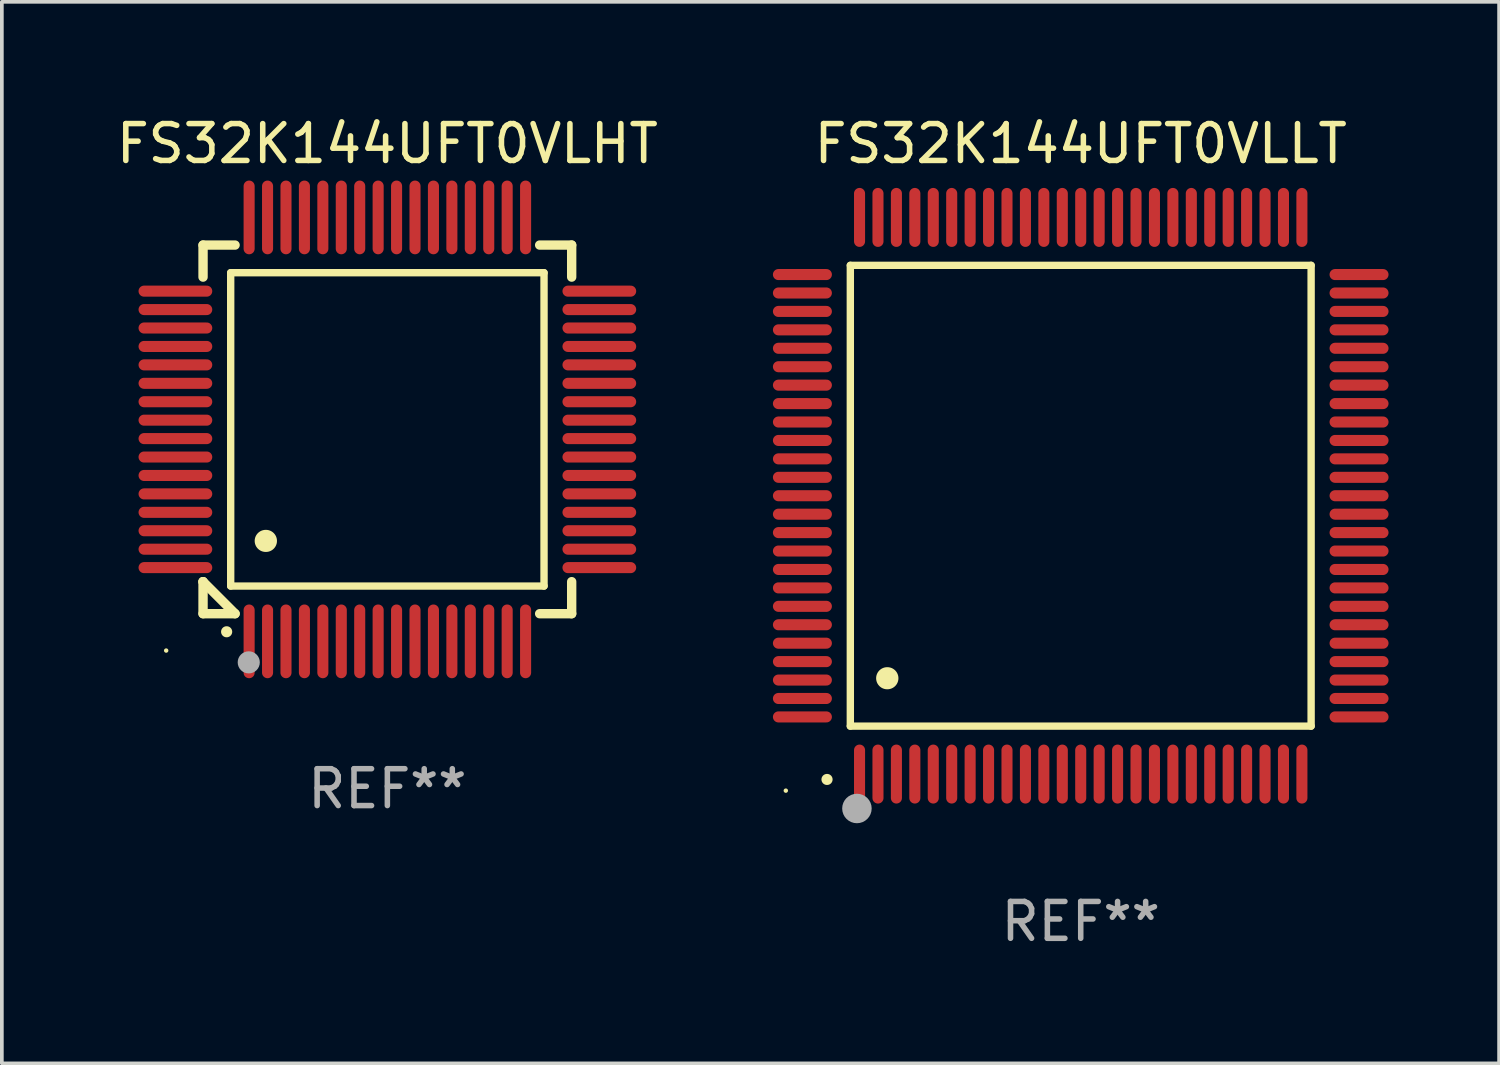
<source format=kicad_pcb>
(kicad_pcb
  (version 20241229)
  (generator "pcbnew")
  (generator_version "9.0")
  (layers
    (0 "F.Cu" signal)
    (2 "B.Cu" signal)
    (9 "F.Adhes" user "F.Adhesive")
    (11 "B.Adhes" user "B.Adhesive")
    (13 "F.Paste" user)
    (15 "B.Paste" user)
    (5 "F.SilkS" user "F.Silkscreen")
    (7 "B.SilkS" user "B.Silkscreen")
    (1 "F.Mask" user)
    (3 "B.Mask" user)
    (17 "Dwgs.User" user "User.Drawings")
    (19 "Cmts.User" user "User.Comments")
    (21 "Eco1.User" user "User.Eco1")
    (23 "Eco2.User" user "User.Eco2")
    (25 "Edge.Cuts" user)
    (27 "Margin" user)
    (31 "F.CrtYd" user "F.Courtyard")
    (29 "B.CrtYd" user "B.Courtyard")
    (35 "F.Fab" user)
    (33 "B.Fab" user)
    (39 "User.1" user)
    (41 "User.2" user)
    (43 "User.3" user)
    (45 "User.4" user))
  (footprint "FS32K144UFT0VLHT"
    (layer "F.Cu")
    (at 7.458 8.598)
    (property "Reference" "FS32K144UFT0VLHT" (at 0 -7.75 0) (layer "F.SilkS") (effects (font (size 1 1) (thickness 0.15))))
    (attr through_hole)
    (fp_line (start -5 -5) (end -4.131 -5) (stroke (width 0.254) (type solid)) (layer "F.SilkS"))
    (fp_line (start -5 -4.131) (end -5 -5) (stroke (width 0.254) (type solid)) (layer "F.SilkS"))
    (fp_line (start -5 4.131) (end -5 4.131) (stroke (width 0.254) (type solid)) (layer "F.SilkS"))
    (fp_line (start -5 5) (end -5 4.131) (stroke (width 0.254) (type solid)) (layer "F.SilkS"))
    (fp_line (start -5 4.131) (end -4.131 5) (stroke (width 0.254) (type solid)) (layer "F.SilkS"))
    (fp_line (start -4.25 -4.25) (end -4.25 4.25) (stroke (width 0.2) (type solid)) (layer "F.SilkS"))
    (fp_line (start -4.25 4.25) (end 4.25 4.25) (stroke (width 0.2) (type solid)) (layer "F.SilkS"))
    (fp_line (start -4.131 5) (end -5 5) (stroke (width 0.254) (type solid)) (layer "F.SilkS"))
    (fp_line (start 4.25 -4.25) (end -4.25 -4.25) (stroke (width 0.2) (type solid)) (layer "F.SilkS"))
    (fp_line (start 4.25 4.25) (end 4.25 -4.25) (stroke (width 0.2) (type solid)) (layer "F.SilkS"))
    (fp_line (start 5 -5) (end 4.131 -5) (stroke (width 0.254) (type solid)) (layer "F.SilkS"))
    (fp_line (start 5 -5) (end 5 -4.131) (stroke (width 0.254) (type solid)) (layer "F.SilkS"))
    (fp_line (start 5 4.131) (end 5 5) (stroke (width 0.254) (type solid)) (layer "F.SilkS"))
    (fp_line (start 5 5) (end 4.131 5) (stroke (width 0.254) (type solid)) (layer "F.SilkS"))
    (fp_arc (start -4.361265 5.489992) (mid -4.359995 5.489987) (end -4.358725 5.489992) (stroke (width 0.3) (type solid)) (layer "F.SilkS"))
    (fp_arc (start -3.299467 3.025146) (mid -3.296927 3.025135) (end -3.294387 3.025146) (stroke (width 0.6) (type solid)) (layer "F.SilkS"))
    (fp_circle (center -6 6) (end -5.97 6) (stroke (width 0.06) (type solid)) (fill no) (layer "F.SilkS"))
    (fp_circle (center -3.76 6.32) (end -3.61 6.32) (stroke (width 0.3) (type solid)) (fill no) (layer "F.Fab"))
    (fp_text user "REF**" (at 0 9.75 0) (layer "F.Fab") (effects (font (size 1 1) (thickness 0.15))))
    (pad "1" smd oval (at -3.75 5.75) (size 0.3 2) (layers "F.Cu" "F.Mask" "F.Paste"))
    (pad "2" smd oval (at -3.25 5.75) (size 0.3 2) (layers "F.Cu" "F.Mask" "F.Paste"))
    (pad "3" smd oval (at -2.75 5.75) (size 0.3 2) (layers "F.Cu" "F.Mask" "F.Paste"))
    (pad "4" smd oval (at -2.25 5.75) (size 0.3 2) (layers "F.Cu" "F.Mask" "F.Paste"))
    (pad "5" smd oval (at -1.75 5.75) (size 0.3 2) (layers "F.Cu" "F.Mask" "F.Paste"))
    (pad "6" smd oval (at -1.25 5.75) (size 0.3 2) (layers "F.Cu" "F.Mask" "F.Paste"))
    (pad "7" smd oval (at -0.75 5.75) (size 0.3 2) (layers "F.Cu" "F.Mask" "F.Paste"))
    (pad "8" smd oval (at -0.25 5.75) (size 0.3 2) (layers "F.Cu" "F.Mask" "F.Paste"))
    (pad "9" smd oval (at 0.25 5.75) (size 0.3 2) (layers "F.Cu" "F.Mask" "F.Paste"))
    (pad "10" smd oval (at 0.75 5.75) (size 0.3 2) (layers "F.Cu" "F.Mask" "F.Paste"))
    (pad "11" smd oval (at 1.25 5.75) (size 0.3 2) (layers "F.Cu" "F.Mask" "F.Paste"))
    (pad "12" smd oval (at 1.75 5.75) (size 0.3 2) (layers "F.Cu" "F.Mask" "F.Paste"))
    (pad "13" smd oval (at 2.25 5.75) (size 0.3 2) (layers "F.Cu" "F.Mask" "F.Paste"))
    (pad "14" smd oval (at 2.75 5.75) (size 0.3 2) (layers "F.Cu" "F.Mask" "F.Paste"))
    (pad "15" smd oval (at 3.25 5.75) (size 0.3 2) (layers "F.Cu" "F.Mask" "F.Paste"))
    (pad "16" smd oval (at 3.75 5.75) (size 0.3 2) (layers "F.Cu" "F.Mask" "F.Paste"))
    (pad "17" smd oval (at 5.75 3.75) (size 2 0.3) (layers "F.Cu" "F.Mask" "F.Paste"))
    (pad "18" smd oval (at 5.75 3.25) (size 2 0.3) (layers "F.Cu" "F.Mask" "F.Paste"))
    (pad "19" smd oval (at 5.75 2.75) (size 2 0.3) (layers "F.Cu" "F.Mask" "F.Paste"))
    (pad "20" smd oval (at 5.75 2.25) (size 2 0.3) (layers "F.Cu" "F.Mask" "F.Paste"))
    (pad "21" smd oval (at 5.75 1.75) (size 2 0.3) (layers "F.Cu" "F.Mask" "F.Paste"))
    (pad "22" smd oval (at 5.75 1.25) (size 2 0.3) (layers "F.Cu" "F.Mask" "F.Paste"))
    (pad "23" smd oval (at 5.75 0.75) (size 2 0.3) (layers "F.Cu" "F.Mask" "F.Paste"))
    (pad "24" smd oval (at 5.75 0.25) (size 2 0.3) (layers "F.Cu" "F.Mask" "F.Paste"))
    (pad "25" smd oval (at 5.75 -0.25) (size 2 0.3) (layers "F.Cu" "F.Mask" "F.Paste"))
    (pad "26" smd oval (at 5.75 -0.75) (size 2 0.3) (layers "F.Cu" "F.Mask" "F.Paste"))
    (pad "27" smd oval (at 5.75 -1.25) (size 2 0.3) (layers "F.Cu" "F.Mask" "F.Paste"))
    (pad "28" smd oval (at 5.75 -1.75) (size 2 0.3) (layers "F.Cu" "F.Mask" "F.Paste"))
    (pad "29" smd oval (at 5.75 -2.25) (size 2 0.3) (layers "F.Cu" "F.Mask" "F.Paste"))
    (pad "30" smd oval (at 5.75 -2.75) (size 2 0.3) (layers "F.Cu" "F.Mask" "F.Paste"))
    (pad "31" smd oval (at 5.75 -3.25) (size 2 0.3) (layers "F.Cu" "F.Mask" "F.Paste"))
    (pad "32" smd oval (at 5.75 -3.75) (size 2 0.3) (layers "F.Cu" "F.Mask" "F.Paste"))
    (pad "33" smd oval (at 3.75 -5.75) (size 0.3 2) (layers "F.Cu" "F.Mask" "F.Paste"))
    (pad "34" smd oval (at 3.25 -5.75) (size 0.3 2) (layers "F.Cu" "F.Mask" "F.Paste"))
    (pad "35" smd oval (at 2.75 -5.75) (size 0.3 2) (layers "F.Cu" "F.Mask" "F.Paste"))
    (pad "36" smd oval (at 2.25 -5.75) (size 0.3 2) (layers "F.Cu" "F.Mask" "F.Paste"))
    (pad "37" smd oval (at 1.75 -5.75) (size 0.3 2) (layers "F.Cu" "F.Mask" "F.Paste"))
    (pad "38" smd oval (at 1.25 -5.75) (size 0.3 2) (layers "F.Cu" "F.Mask" "F.Paste"))
    (pad "39" smd oval (at 0.75 -5.75) (size 0.3 2) (layers "F.Cu" "F.Mask" "F.Paste"))
    (pad "40" smd oval (at 0.25 -5.75) (size 0.3 2) (layers "F.Cu" "F.Mask" "F.Paste"))
    (pad "41" smd oval (at -0.25 -5.75) (size 0.3 2) (layers "F.Cu" "F.Mask" "F.Paste"))
    (pad "42" smd oval (at -0.75 -5.75) (size 0.3 2) (layers "F.Cu" "F.Mask" "F.Paste"))
    (pad "43" smd oval (at -1.25 -5.75) (size 0.3 2) (layers "F.Cu" "F.Mask" "F.Paste"))
    (pad "44" smd oval (at -1.75 -5.75) (size 0.3 2) (layers "F.Cu" "F.Mask" "F.Paste"))
    (pad "45" smd oval (at -2.25 -5.75) (size 0.3 2) (layers "F.Cu" "F.Mask" "F.Paste"))
    (pad "46" smd oval (at -2.75 -5.75) (size 0.3 2) (layers "F.Cu" "F.Mask" "F.Paste"))
    (pad "47" smd oval (at -3.25 -5.75) (size 0.3 2) (layers "F.Cu" "F.Mask" "F.Paste"))
    (pad "48" smd oval (at -3.75 -5.75) (size 0.3 2) (layers "F.Cu" "F.Mask" "F.Paste"))
    (pad "49" smd oval (at -5.75 -3.75) (size 2 0.3) (layers "F.Cu" "F.Mask" "F.Paste"))
    (pad "50" smd oval (at -5.75 -3.25) (size 2 0.3) (layers "F.Cu" "F.Mask" "F.Paste"))
    (pad "51" smd oval (at -5.75 -2.75) (size 2 0.3) (layers "F.Cu" "F.Mask" "F.Paste"))
    (pad "52" smd oval (at -5.75 -2.25) (size 2 0.3) (layers "F.Cu" "F.Mask" "F.Paste"))
    (pad "53" smd oval (at -5.75 -1.75) (size 2 0.3) (layers "F.Cu" "F.Mask" "F.Paste"))
    (pad "54" smd oval (at -5.75 -1.25) (size 2 0.3) (layers "F.Cu" "F.Mask" "F.Paste"))
    (pad "55" smd oval (at -5.75 -0.75) (size 2 0.3) (layers "F.Cu" "F.Mask" "F.Paste"))
    (pad "56" smd oval (at -5.75 -0.25) (size 2 0.3) (layers "F.Cu" "F.Mask" "F.Paste"))
    (pad "57" smd oval (at -5.75 0.25) (size 2 0.3) (layers "F.Cu" "F.Mask" "F.Paste"))
    (pad "58" smd oval (at -5.75 0.75) (size 2 0.3) (layers "F.Cu" "F.Mask" "F.Paste"))
    (pad "59" smd oval (at -5.75 1.25) (size 2 0.3) (layers "F.Cu" "F.Mask" "F.Paste"))
    (pad "60" smd oval (at -5.75 1.75) (size 2 0.3) (layers "F.Cu" "F.Mask" "F.Paste"))
    (pad "61" smd oval (at -5.75 2.25) (size 2 0.3) (layers "F.Cu" "F.Mask" "F.Paste"))
    (pad "62" smd oval (at -5.75 2.75) (size 2 0.3) (layers "F.Cu" "F.Mask" "F.Paste"))
    (pad "63" smd oval (at -5.75 3.25) (size 2 0.3) (layers "F.Cu" "F.Mask" "F.Paste"))
    (pad "64" smd oval (at -5.75 3.75) (size 2 0.3) (layers "F.Cu" "F.Mask" "F.Paste")))
  (footprint "FS32K144UFT0VLLT"
    (layer "F.Cu")
    (at 26.267 10.398)
    (property "Reference" "FS32K144UFT0VLLT" (at 0 -9.55 0) (layer "F.SilkS") (effects (font (size 1 1) (thickness 0.15))))
    (attr through_hole)
    (fp_line (start -6.25 -6.25) (end -6.25 6.25) (stroke (width 0.2) (type solid)) (layer "F.SilkS"))
    (fp_line (start -6.25 6.25) (end 6.25 6.25) (stroke (width 0.2) (type solid)) (layer "F.SilkS"))
    (fp_line (start 6.25 -6.25) (end -6.25 -6.25) (stroke (width 0.2) (type solid)) (layer "F.SilkS"))
    (fp_line (start 6.25 6.25) (end 6.25 -6.25) (stroke (width 0.2) (type solid)) (layer "F.SilkS"))
    (fp_arc (start -6.883414 7.696215) (mid -6.882144 7.69621) (end -6.880874 7.696215) (stroke (width 0.3) (type solid)) (layer "F.SilkS"))
    (fp_arc (start -5.250191 4.95047) (mid -5.247651 4.950459) (end -5.245111 4.95047) (stroke (width 0.6) (type solid)) (layer "F.SilkS"))
    (fp_circle (center -8 8) (end -7.97 8) (stroke (width 0.06) (type solid)) (fill no) (layer "F.SilkS"))
    (fp_circle (center -6.071 8.484) (end -5.871 8.484) (stroke (width 0.4) (type solid)) (fill no) (layer "F.Fab"))
    (fp_text user "REF**" (at 0 11.55 0) (layer "F.Fab") (effects (font (size 1 1) (thickness 0.15))))
    (pad "1" smd oval (at -6 7.55) (size 0.3 1.6) (layers "F.Cu" "F.Mask" "F.Paste"))
    (pad "2" smd oval (at -5.5 7.55) (size 0.3 1.6) (layers "F.Cu" "F.Mask" "F.Paste"))
    (pad "3" smd oval (at -5 7.55) (size 0.3 1.6) (layers "F.Cu" "F.Mask" "F.Paste"))
    (pad "4" smd oval (at -4.5 7.55) (size 0.3 1.6) (layers "F.Cu" "F.Mask" "F.Paste"))
    (pad "5" smd oval (at -4 7.55) (size 0.3 1.6) (layers "F.Cu" "F.Mask" "F.Paste"))
    (pad "6" smd oval (at -3.5 7.55) (size 0.3 1.6) (layers "F.Cu" "F.Mask" "F.Paste"))
    (pad "7" smd oval (at -3 7.55) (size 0.3 1.6) (layers "F.Cu" "F.Mask" "F.Paste"))
    (pad "8" smd oval (at -2.5 7.55) (size 0.3 1.6) (layers "F.Cu" "F.Mask" "F.Paste"))
    (pad "9" smd oval (at -2 7.55) (size 0.3 1.6) (layers "F.Cu" "F.Mask" "F.Paste"))
    (pad "10" smd oval (at -1.5 7.55) (size 0.3 1.6) (layers "F.Cu" "F.Mask" "F.Paste"))
    (pad "11" smd oval (at -1 7.55) (size 0.3 1.6) (layers "F.Cu" "F.Mask" "F.Paste"))
    (pad "12" smd oval (at -0.5 7.55) (size 0.3 1.6) (layers "F.Cu" "F.Mask" "F.Paste"))
    (pad "13" smd oval (at 0 7.55) (size 0.3 1.6) (layers "F.Cu" "F.Mask" "F.Paste"))
    (pad "14" smd oval (at 0.5 7.55) (size 0.3 1.6) (layers "F.Cu" "F.Mask" "F.Paste"))
    (pad "15" smd oval (at 1 7.55) (size 0.3 1.6) (layers "F.Cu" "F.Mask" "F.Paste"))
    (pad "16" smd oval (at 1.5 7.55) (size 0.3 1.6) (layers "F.Cu" "F.Mask" "F.Paste"))
    (pad "17" smd oval (at 2 7.55) (size 0.3 1.6) (layers "F.Cu" "F.Mask" "F.Paste"))
    (pad "18" smd oval (at 2.5 7.55) (size 0.3 1.6) (layers "F.Cu" "F.Mask" "F.Paste"))
    (pad "19" smd oval (at 3 7.55) (size 0.3 1.6) (layers "F.Cu" "F.Mask" "F.Paste"))
    (pad "20" smd oval (at 3.5 7.55) (size 0.3 1.6) (layers "F.Cu" "F.Mask" "F.Paste"))
    (pad "21" smd oval (at 4 7.55) (size 0.3 1.6) (layers "F.Cu" "F.Mask" "F.Paste"))
    (pad "22" smd oval (at 4.5 7.55) (size 0.3 1.6) (layers "F.Cu" "F.Mask" "F.Paste"))
    (pad "23" smd oval (at 5 7.55) (size 0.3 1.6) (layers "F.Cu" "F.Mask" "F.Paste"))
    (pad "24" smd oval (at 5.5 7.55) (size 0.3 1.6) (layers "F.Cu" "F.Mask" "F.Paste"))
    (pad "25" smd oval (at 6 7.55) (size 0.3 1.6) (layers "F.Cu" "F.Mask" "F.Paste"))
    (pad "26" smd oval (at 7.55 6) (size 1.6 0.3) (layers "F.Cu" "F.Mask" "F.Paste"))
    (pad "27" smd oval (at 7.55 5.5) (size 1.6 0.3) (layers "F.Cu" "F.Mask" "F.Paste"))
    (pad "28" smd oval (at 7.55 5) (size 1.6 0.3) (layers "F.Cu" "F.Mask" "F.Paste"))
    (pad "29" smd oval (at 7.55 4.5) (size 1.6 0.3) (layers "F.Cu" "F.Mask" "F.Paste"))
    (pad "30" smd oval (at 7.55 4) (size 1.6 0.3) (layers "F.Cu" "F.Mask" "F.Paste"))
    (pad "31" smd oval (at 7.55 3.5) (size 1.6 0.3) (layers "F.Cu" "F.Mask" "F.Paste"))
    (pad "32" smd oval (at 7.55 3) (size 1.6 0.3) (layers "F.Cu" "F.Mask" "F.Paste"))
    (pad "33" smd oval (at 7.55 2.5) (size 1.6 0.3) (layers "F.Cu" "F.Mask" "F.Paste"))
    (pad "34" smd oval (at 7.55 2) (size 1.6 0.3) (layers "F.Cu" "F.Mask" "F.Paste"))
    (pad "35" smd oval (at 7.55 1.5) (size 1.6 0.3) (layers "F.Cu" "F.Mask" "F.Paste"))
    (pad "36" smd oval (at 7.55 1) (size 1.6 0.3) (layers "F.Cu" "F.Mask" "F.Paste"))
    (pad "37" smd oval (at 7.55 0.5) (size 1.6 0.3) (layers "F.Cu" "F.Mask" "F.Paste"))
    (pad "38" smd oval (at 7.55 0) (size 1.6 0.3) (layers "F.Cu" "F.Mask" "F.Paste"))
    (pad "39" smd oval (at 7.55 -0.5) (size 1.6 0.3) (layers "F.Cu" "F.Mask" "F.Paste"))
    (pad "40" smd oval (at 7.55 -1) (size 1.6 0.3) (layers "F.Cu" "F.Mask" "F.Paste"))
    (pad "41" smd oval (at 7.55 -1.5) (size 1.6 0.3) (layers "F.Cu" "F.Mask" "F.Paste"))
    (pad "42" smd oval (at 7.55 -2) (size 1.6 0.3) (layers "F.Cu" "F.Mask" "F.Paste"))
    (pad "43" smd oval (at 7.55 -2.5) (size 1.6 0.3) (layers "F.Cu" "F.Mask" "F.Paste"))
    (pad "44" smd oval (at 7.55 -3) (size 1.6 0.3) (layers "F.Cu" "F.Mask" "F.Paste"))
    (pad "45" smd oval (at 7.55 -3.5) (size 1.6 0.3) (layers "F.Cu" "F.Mask" "F.Paste"))
    (pad "46" smd oval (at 7.55 -4) (size 1.6 0.3) (layers "F.Cu" "F.Mask" "F.Paste"))
    (pad "47" smd oval (at 7.55 -4.5) (size 1.6 0.3) (layers "F.Cu" "F.Mask" "F.Paste"))
    (pad "48" smd oval (at 7.55 -5) (size 1.6 0.3) (layers "F.Cu" "F.Mask" "F.Paste"))
    (pad "49" smd oval (at 7.55 -5.5) (size 1.6 0.3) (layers "F.Cu" "F.Mask" "F.Paste"))
    (pad "50" smd oval (at 7.55 -6) (size 1.6 0.3) (layers "F.Cu" "F.Mask" "F.Paste"))
    (pad "51" smd oval (at 6 -7.55) (size 0.3 1.6) (layers "F.Cu" "F.Mask" "F.Paste"))
    (pad "52" smd oval (at 5.5 -7.55) (size 0.3 1.6) (layers "F.Cu" "F.Mask" "F.Paste"))
    (pad "53" smd oval (at 5 -7.55) (size 0.3 1.6) (layers "F.Cu" "F.Mask" "F.Paste"))
    (pad "54" smd oval (at 4.5 -7.55) (size 0.3 1.6) (layers "F.Cu" "F.Mask" "F.Paste"))
    (pad "55" smd oval (at 4 -7.55) (size 0.3 1.6) (layers "F.Cu" "F.Mask" "F.Paste"))
    (pad "56" smd oval (at 3.5 -7.55) (size 0.3 1.6) (layers "F.Cu" "F.Mask" "F.Paste"))
    (pad "57" smd oval (at 3 -7.55) (size 0.3 1.6) (layers "F.Cu" "F.Mask" "F.Paste"))
    (pad "58" smd oval (at 2.5 -7.55) (size 0.3 1.6) (layers "F.Cu" "F.Mask" "F.Paste"))
    (pad "59" smd oval (at 2 -7.55) (size 0.3 1.6) (layers "F.Cu" "F.Mask" "F.Paste"))
    (pad "60" smd oval (at 1.5 -7.55) (size 0.3 1.6) (layers "F.Cu" "F.Mask" "F.Paste"))
    (pad "61" smd oval (at 1 -7.55) (size 0.3 1.6) (layers "F.Cu" "F.Mask" "F.Paste"))
    (pad "62" smd oval (at 0.5 -7.55) (size 0.3 1.6) (layers "F.Cu" "F.Mask" "F.Paste"))
    (pad "63" smd oval (at 0 -7.55) (size 0.3 1.6) (layers "F.Cu" "F.Mask" "F.Paste"))
    (pad "64" smd oval (at -0.5 -7.55) (size 0.3 1.6) (layers "F.Cu" "F.Mask" "F.Paste"))
    (pad "65" smd oval (at -1 -7.55) (size 0.3 1.6) (layers "F.Cu" "F.Mask" "F.Paste"))
    (pad "66" smd oval (at -1.5 -7.55) (size 0.3 1.6) (layers "F.Cu" "F.Mask" "F.Paste"))
    (pad "67" smd oval (at -2 -7.55) (size 0.3 1.6) (layers "F.Cu" "F.Mask" "F.Paste"))
    (pad "68" smd oval (at -2.5 -7.55) (size 0.3 1.6) (layers "F.Cu" "F.Mask" "F.Paste"))
    (pad "69" smd oval (at -3 -7.55) (size 0.3 1.6) (layers "F.Cu" "F.Mask" "F.Paste"))
    (pad "70" smd oval (at -3.5 -7.55) (size 0.3 1.6) (layers "F.Cu" "F.Mask" "F.Paste"))
    (pad "71" smd oval (at -4 -7.55) (size 0.3 1.6) (layers "F.Cu" "F.Mask" "F.Paste"))
    (pad "72" smd oval (at -4.5 -7.55) (size 0.3 1.6) (layers "F.Cu" "F.Mask" "F.Paste"))
    (pad "73" smd oval (at -5 -7.55) (size 0.3 1.6) (layers "F.Cu" "F.Mask" "F.Paste"))
    (pad "74" smd oval (at -5.5 -7.55) (size 0.3 1.6) (layers "F.Cu" "F.Mask" "F.Paste"))
    (pad "75" smd oval (at -6 -7.55) (size 0.3 1.6) (layers "F.Cu" "F.Mask" "F.Paste"))
    (pad "76" smd oval (at -7.55 -6) (size 1.6 0.3) (layers "F.Cu" "F.Mask" "F.Paste"))
    (pad "77" smd oval (at -7.55 -5.5) (size 1.6 0.3) (layers "F.Cu" "F.Mask" "F.Paste"))
    (pad "78" smd oval (at -7.55 -5) (size 1.6 0.3) (layers "F.Cu" "F.Mask" "F.Paste"))
    (pad "79" smd oval (at -7.55 -4.5) (size 1.6 0.3) (layers "F.Cu" "F.Mask" "F.Paste"))
    (pad "80" smd oval (at -7.55 -4) (size 1.6 0.3) (layers "F.Cu" "F.Mask" "F.Paste"))
    (pad "81" smd oval (at -7.55 -3.5) (size 1.6 0.3) (layers "F.Cu" "F.Mask" "F.Paste"))
    (pad "82" smd oval (at -7.55 -3) (size 1.6 0.3) (layers "F.Cu" "F.Mask" "F.Paste"))
    (pad "83" smd oval (at -7.55 -2.5) (size 1.6 0.3) (layers "F.Cu" "F.Mask" "F.Paste"))
    (pad "84" smd oval (at -7.55 -2) (size 1.6 0.3) (layers "F.Cu" "F.Mask" "F.Paste"))
    (pad "85" smd oval (at -7.55 -1.5) (size 1.6 0.3) (layers "F.Cu" "F.Mask" "F.Paste"))
    (pad "86" smd oval (at -7.55 -1) (size 1.6 0.3) (layers "F.Cu" "F.Mask" "F.Paste"))
    (pad "87" smd oval (at -7.55 -0.5) (size 1.6 0.3) (layers "F.Cu" "F.Mask" "F.Paste"))
    (pad "88" smd oval (at -7.55 0) (size 1.6 0.3) (layers "F.Cu" "F.Mask" "F.Paste"))
    (pad "89" smd oval (at -7.55 0.5) (size 1.6 0.3) (layers "F.Cu" "F.Mask" "F.Paste"))
    (pad "90" smd oval (at -7.55 1) (size 1.6 0.3) (layers "F.Cu" "F.Mask" "F.Paste"))
    (pad "91" smd oval (at -7.55 1.5) (size 1.6 0.3) (layers "F.Cu" "F.Mask" "F.Paste"))
    (pad "92" smd oval (at -7.55 2) (size 1.6 0.3) (layers "F.Cu" "F.Mask" "F.Paste"))
    (pad "93" smd oval (at -7.55 2.5) (size 1.6 0.3) (layers "F.Cu" "F.Mask" "F.Paste"))
    (pad "94" smd oval (at -7.55 3) (size 1.6 0.3) (layers "F.Cu" "F.Mask" "F.Paste"))
    (pad "95" smd oval (at -7.55 3.5) (size 1.6 0.3) (layers "F.Cu" "F.Mask" "F.Paste"))
    (pad "96" smd oval (at -7.55 4) (size 1.6 0.3) (layers "F.Cu" "F.Mask" "F.Paste"))
    (pad "97" smd oval (at -7.55 4.5) (size 1.6 0.3) (layers "F.Cu" "F.Mask" "F.Paste"))
    (pad "98" smd oval (at -7.55 5) (size 1.6 0.3) (layers "F.Cu" "F.Mask" "F.Paste"))
    (pad "99" smd oval (at -7.55 5.5) (size 1.6 0.3) (layers "F.Cu" "F.Mask" "F.Paste"))
    (pad "100" smd oval (at -7.55 6) (size 1.6 0.3) (layers "F.Cu" "F.Mask" "F.Paste")))
  (gr_rect
    (start -3 -3)
    (end 37.616 25.796)
    (stroke (width 0.1) (type default))
    (fill no)
    (layer "Edge.Cuts")))
</source>
